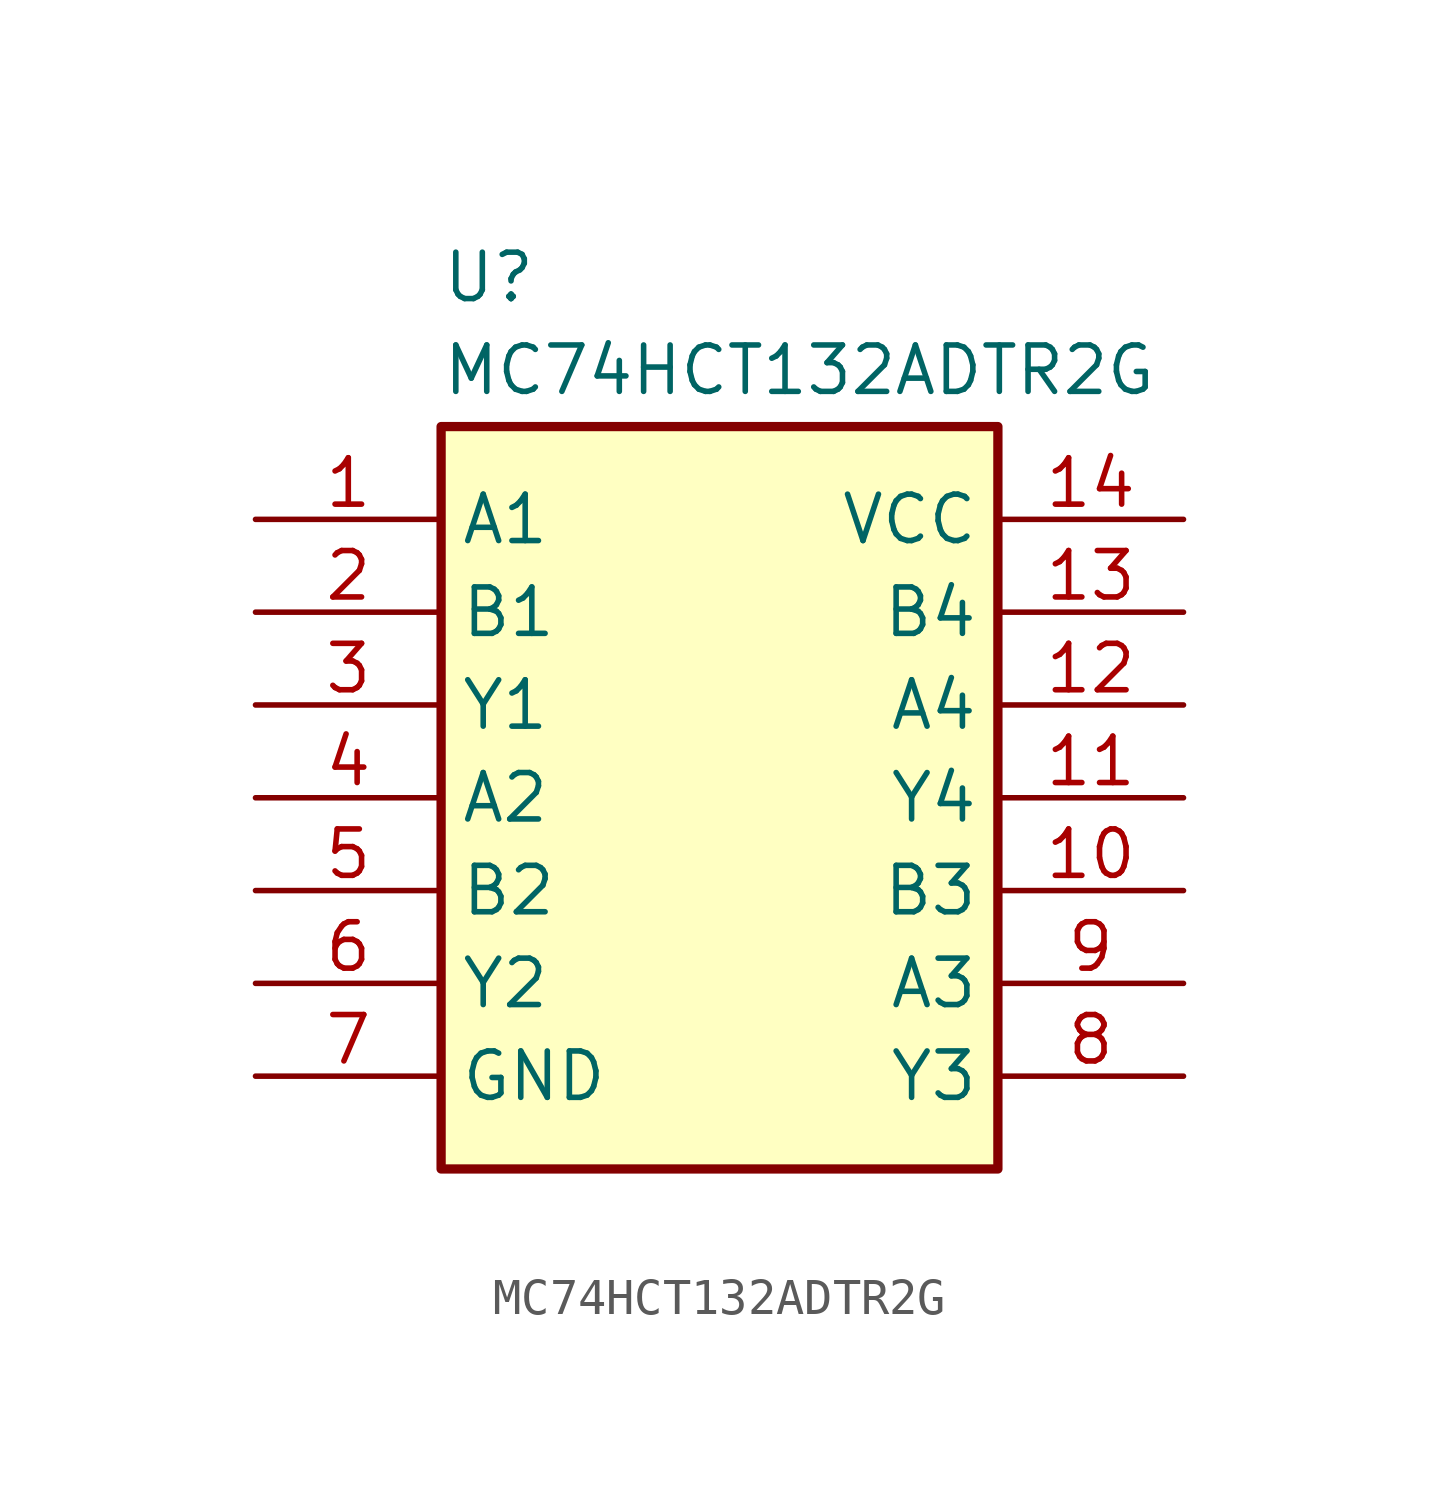
<source format=kicad_sym>
(kicad_symbol_lib
  (version 20241209)
  (generator "kicad_symbol_editor")
  (generator_version "9.0")
  (symbol "MC74HCT132ADTR2G"
    (property "Reference" "U"
      (at 5.08 7.366 0)
      (effects (font (size 1.27 1.27)) (justify left top)))
    (property "Value" "MC74HCT132ADTR2G"
      (at 5.08 4.826 0)
      (effects (font (size 1.27 1.27)) (justify left top)))
    (symbol "MC74HCT132ADTR2G_1_1"
      (rectangle (start 5.08 2.54) (end 20.32 -17.78) (stroke (width 0.254) (type default)) (fill (type background)))
      (pin passive line (at 0 0 0) (length 5.08) (name "A1" (effects (font (size 1.27 1.27)))) (number "1" (effects (font (size 1.27 1.27)))))
      (pin passive line (at 0 -2.54 0) (length 5.08) (name "B1" (effects (font (size 1.27 1.27)))) (number "2" (effects (font (size 1.27 1.27)))))
      (pin passive line (at 0 -5.08 0) (length 5.08) (name "Y1" (effects (font (size 1.27 1.27)))) (number "3" (effects (font (size 1.27 1.27)))))
      (pin passive line (at 0 -7.62 0) (length 5.08) (name "A2" (effects (font (size 1.27 1.27)))) (number "4" (effects (font (size 1.27 1.27)))))
      (pin passive line (at 0 -10.16 0) (length 5.08) (name "B2" (effects (font (size 1.27 1.27)))) (number "5" (effects (font (size 1.27 1.27)))))
      (pin passive line (at 0 -12.7 0) (length 5.08) (name "Y2" (effects (font (size 1.27 1.27)))) (number "6" (effects (font (size 1.27 1.27)))))
      (pin passive line (at 0 -15.24 0) (length 5.08) (name "GND" (effects (font (size 1.27 1.27)))) (number "7" (effects (font (size 1.27 1.27)))))
      (pin passive line (at 25.4 0 180) (length 5.08) (name "VCC" (effects (font (size 1.27 1.27)))) (number "14" (effects (font (size 1.27 1.27)))))
      (pin passive line (at 25.4 -2.54 180) (length 5.08) (name "B4" (effects (font (size 1.27 1.27)))) (number "13" (effects (font (size 1.27 1.27)))))
      (pin passive line (at 25.4 -5.08 180) (length 5.08) (name "A4" (effects (font (size 1.27 1.27)))) (number "12" (effects (font (size 1.27 1.27)))))
      (pin passive line (at 25.4 -7.62 180) (length 5.08) (name "Y4" (effects (font (size 1.27 1.27)))) (number "11" (effects (font (size 1.27 1.27)))))
      (pin passive line (at 25.4 -10.16 180) (length 5.08) (name "B3" (effects (font (size 1.27 1.27)))) (number "10" (effects (font (size 1.27 1.27)))))
      (pin passive line (at 25.4 -12.7 180) (length 5.08) (name "A3" (effects (font (size 1.27 1.27)))) (number "9" (effects (font (size 1.27 1.27)))))
      (pin passive line (at 25.4 -15.24 180) (length 5.08) (name "Y3" (effects (font (size 1.27 1.27)))) (number "8" (effects (font (size 1.27 1.27))))))))
</source>
